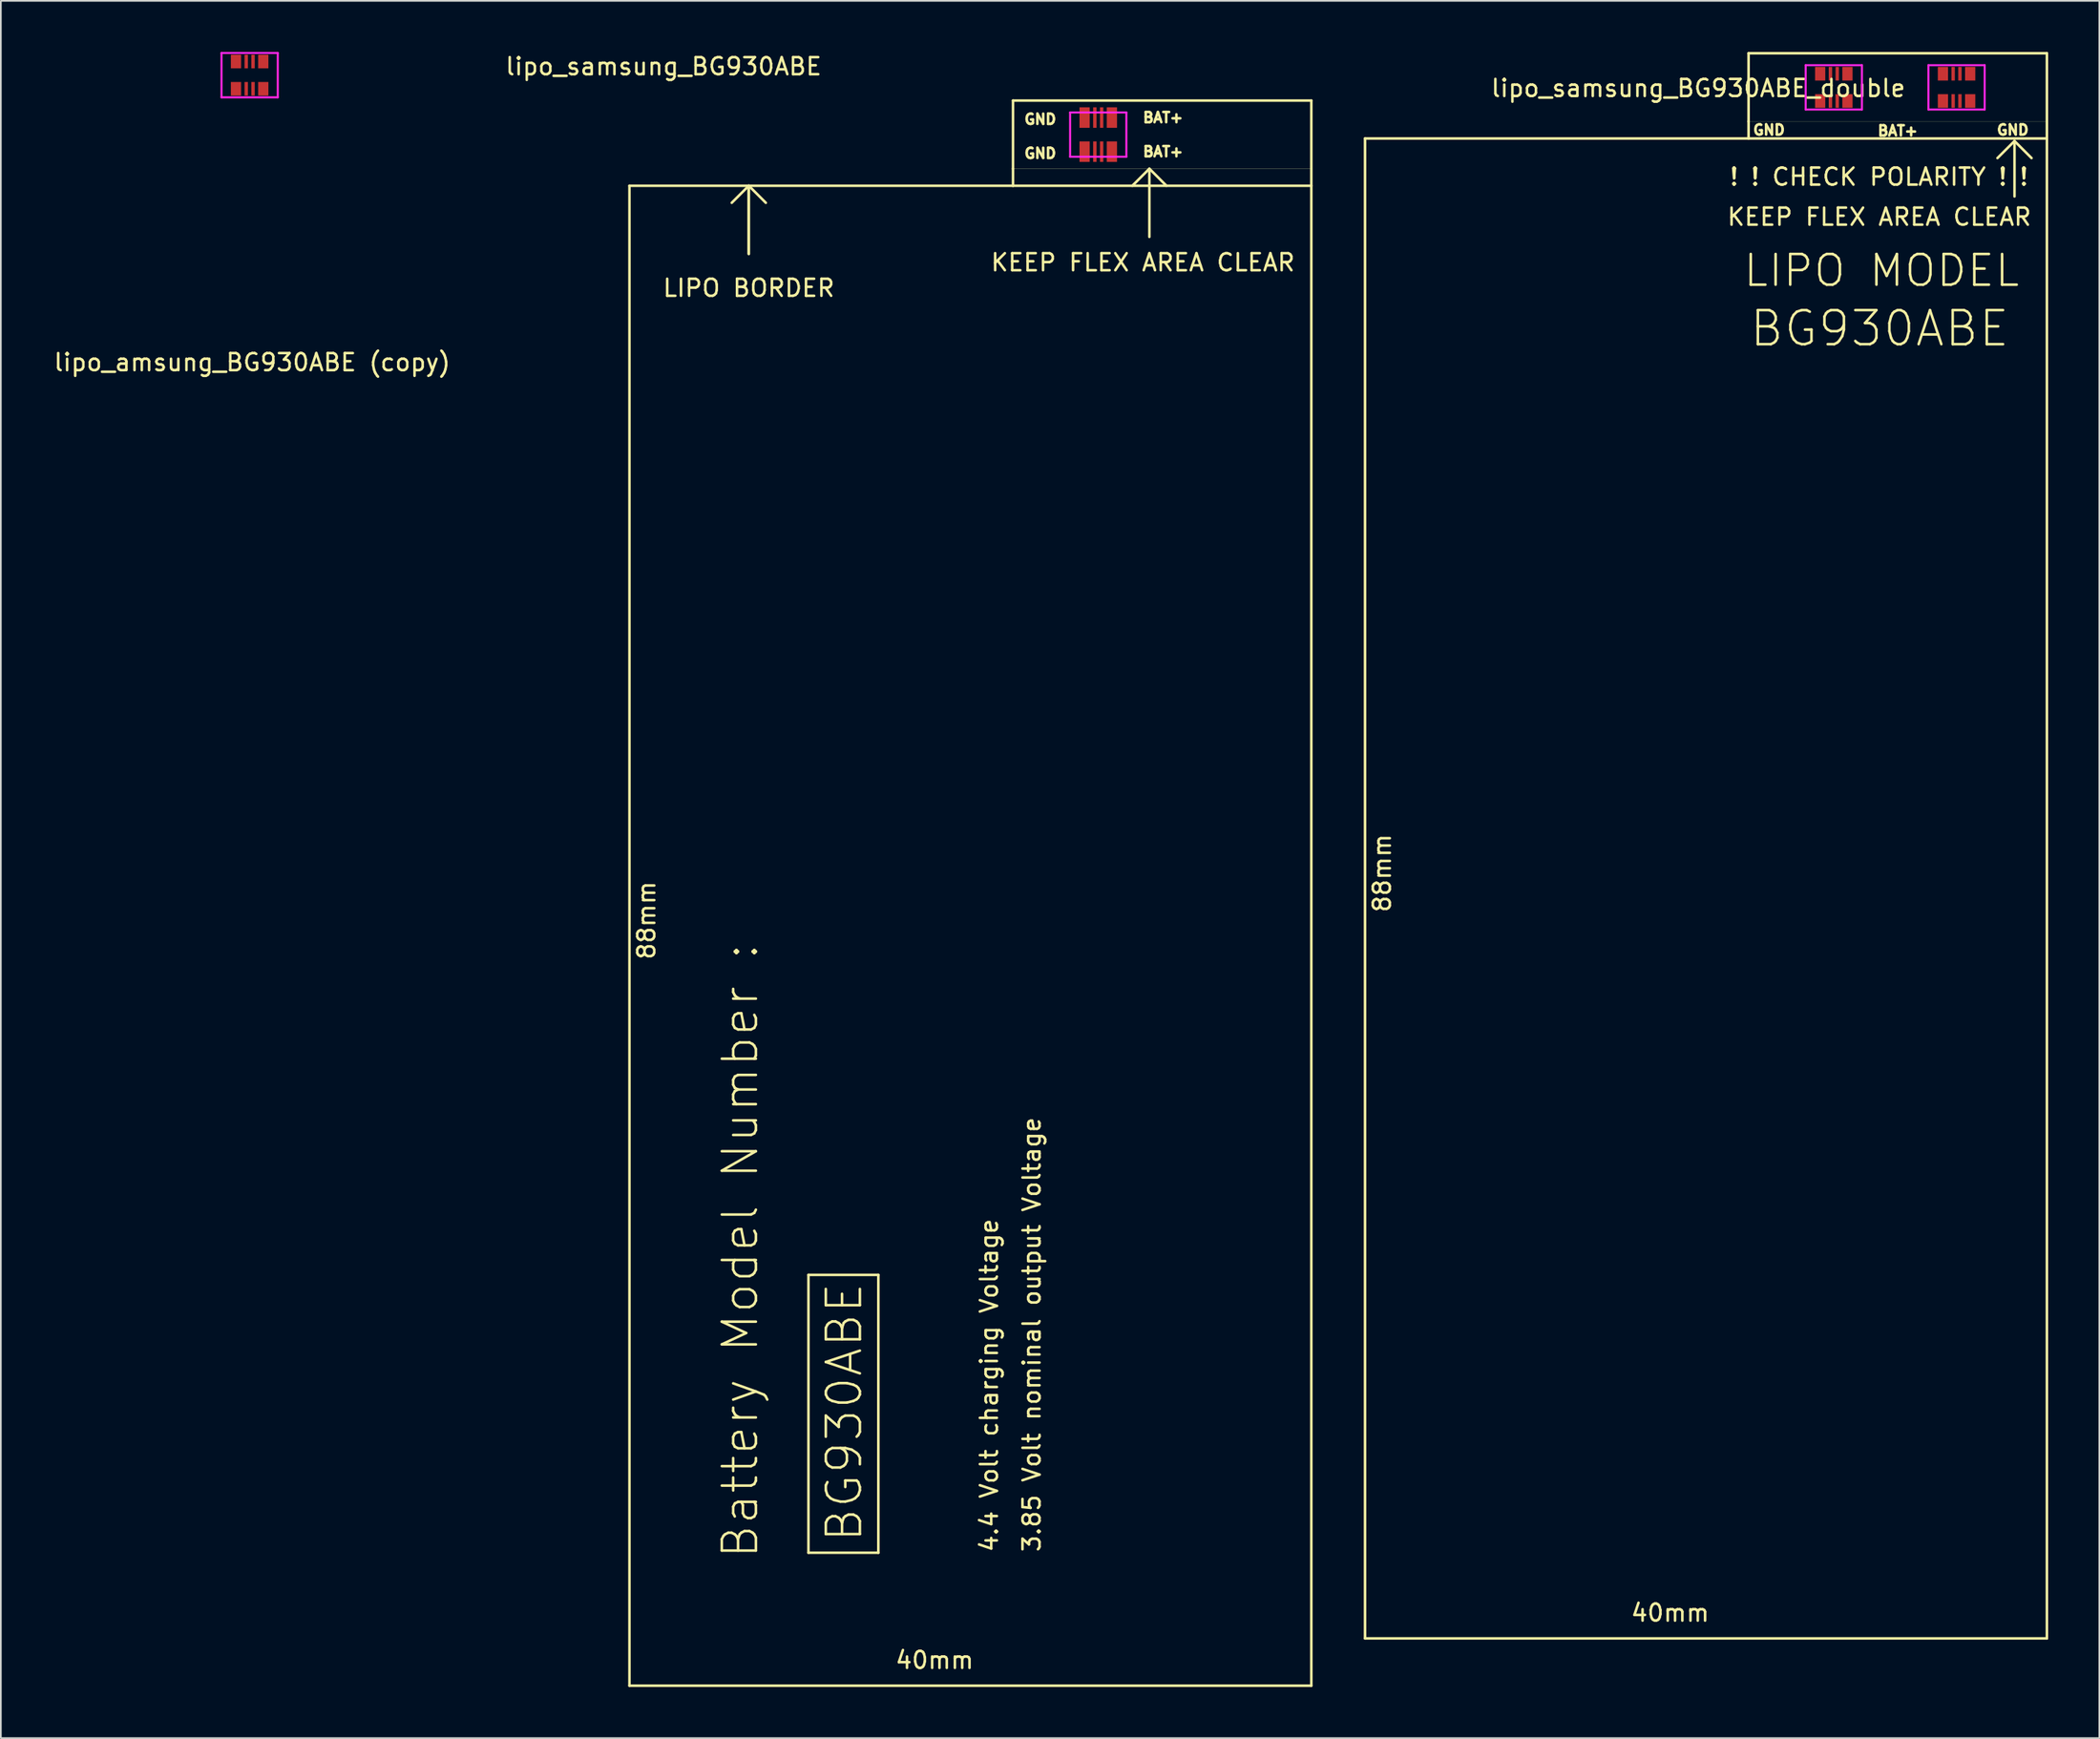
<source format=kicad_pcb>
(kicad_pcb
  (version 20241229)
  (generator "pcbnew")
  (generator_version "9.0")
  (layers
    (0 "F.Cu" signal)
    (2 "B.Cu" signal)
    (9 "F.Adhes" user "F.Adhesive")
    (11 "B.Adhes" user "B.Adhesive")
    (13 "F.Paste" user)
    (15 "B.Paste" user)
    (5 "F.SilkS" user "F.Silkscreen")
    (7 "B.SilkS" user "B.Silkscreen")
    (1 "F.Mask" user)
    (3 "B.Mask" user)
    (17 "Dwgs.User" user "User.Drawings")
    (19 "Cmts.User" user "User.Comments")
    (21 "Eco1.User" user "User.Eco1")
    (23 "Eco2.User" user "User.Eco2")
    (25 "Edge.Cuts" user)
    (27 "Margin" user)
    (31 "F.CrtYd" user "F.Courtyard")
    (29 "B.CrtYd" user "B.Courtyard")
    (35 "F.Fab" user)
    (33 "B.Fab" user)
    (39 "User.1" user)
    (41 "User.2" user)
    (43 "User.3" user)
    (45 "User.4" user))
  (footprint "lipo_samsung_BG930ABE"
    (layer "F.Cu")
    (at 61.375 4.848)
    (property "Reference" "lipo_samsung_BG930ABE" (at -25.5 -4 0) (layer "F.SilkS") (effects (font (size 1 1) (thickness 0.15))))
    (attr through_hole)
    (fp_line (start -27.5 91) (end -27.5 3) (stroke (width 0.15) (type solid)) (layer "F.SilkS"))
    (fp_line (start -20.5 3) (end -21.5 4) (stroke (width 0.15) (type solid)) (layer "F.SilkS"))
    (fp_line (start -20.5 3) (end -20.5 7) (stroke (width 0.15) (type solid)) (layer "F.SilkS"))
    (fp_line (start -20.5 3) (end -19.5 4) (stroke (width 0.15) (type solid)) (layer "F.SilkS"))
    (fp_line (start -20.5 7) (end -20.5 3) (stroke (width 0.15) (type solid)) (layer "F.SilkS"))
    (fp_line (start -17 66.9) (end -12.9 66.9) (stroke (width 0.15) (type solid)) (layer "F.SilkS"))
    (fp_line (start -17 83.2) (end -17 66.9) (stroke (width 0.15) (type solid)) (layer "F.SilkS"))
    (fp_line (start -12.9 66.9) (end -12.9 83.2) (stroke (width 0.15) (type solid)) (layer "F.SilkS"))
    (fp_line (start -12.9 83.2) (end -17 83.2) (stroke (width 0.15) (type solid)) (layer "F.SilkS"))
    (fp_line (start -5 -2) (end -5 2) (stroke (width 0.15) (type solid)) (layer "F.SilkS"))
    (fp_line (start -5 2) (end -5 3) (stroke (width 0.15) (type solid)) (layer "F.SilkS"))
    (fp_line (start -5 2) (end 12.5 2) (stroke (width 0.01) (type solid)) (layer "F.SilkS"))
    (fp_line (start -5 3) (end -27.5 3) (stroke (width 0.15) (type solid)) (layer "F.SilkS"))
    (fp_line (start 2 3) (end 3 2) (stroke (width 0.15) (type solid)) (layer "F.SilkS"))
    (fp_line (start 3 2) (end 3 6) (stroke (width 0.15) (type solid)) (layer "F.SilkS"))
    (fp_line (start 3 2) (end 4 3) (stroke (width 0.15) (type solid)) (layer "F.SilkS"))
    (fp_line (start 12.5 -2) (end -5 -2) (stroke (width 0.15) (type solid)) (layer "F.SilkS"))
    (fp_line (start 12.5 -2) (end 12.5 91) (stroke (width 0.15) (type solid)) (layer "F.SilkS"))
    (fp_line (start 12.5 3) (end -5 3) (stroke (width 0.15) (type solid)) (layer "F.SilkS"))
    (fp_line (start 12.5 91) (end -27.5 91) (stroke (width 0.15) (type solid)) (layer "F.SilkS"))
    (fp_line (start -1.65 -1.3) (end 1.65 -1.3) (stroke (width 0.12) (type solid)) (layer "F.CrtYd"))
    (fp_line (start -1.65 1.3) (end -1.65 -1.3) (stroke (width 0.12) (type solid)) (layer "F.CrtYd"))
    (fp_line (start 1.65 -1.3) (end 1.65 1.3) (stroke (width 0.12) (type solid)) (layer "F.CrtYd"))
    (fp_line (start 1.65 1.3) (end -1.65 1.3) (stroke (width 0.12) (type solid)) (layer "F.CrtYd"))
    (fp_text user "BAT+" (at 3.8 1 0) (layer "F.SilkS") (effects (font (size 0.6 0.6) (thickness 0.15))))
    (fp_text user "LIPO BORDER" (at -20.5 9 0) (layer "F.SilkS") (effects (font (size 1 1) (thickness 0.15))))
    (fp_text user "4.4 Volt charging Voltage " (at -6.4 73 90) (layer "F.SilkS") (effects (font (size 1 1) (thickness 0.15))))
    (fp_text user "Battery Model Number :" (at -21 65.5 90) (layer "F.SilkS") (effects (font (size 2 2) (thickness 0.15))))
    (fp_text user "3.85 Volt nominal output Voltage" (at -3.9 70.4 90) (layer "F.SilkS") (effects (font (size 1 1) (thickness 0.15))))
    (fp_text user "88mm" (at -26.5 46.1 90) (layer "F.SilkS") (effects (font (size 1 1) (thickness 0.15))))
    (fp_text user "GND" (at -3.4 1.1 0) (layer "F.SilkS") (effects (font (size 0.6 0.6) (thickness 0.15))))
    (fp_text user "GND" (at -3.4 -0.9 0) (layer "F.SilkS") (effects (font (size 0.6 0.6) (thickness 0.15))))
    (fp_text user "BG930ABE " (at -14.9 74.2 90) (layer "F.SilkS") (effects (font (size 2 2) (thickness 0.15))))
    (fp_text user "40mm" (at -9.6 89.5 0) (layer "F.SilkS") (effects (font (size 1 1) (thickness 0.15))))
    (fp_text user "BAT+" (at 3.8 -1 0) (layer "F.SilkS") (effects (font (size 0.6 0.6) (thickness 0.15))))
    (fp_text user "KEEP FLEX AREA CLEAR " (at 3 7.5 0) (layer "F.SilkS") (effects (font (size 1 1) (thickness 0.15))))
    (pad "1" smd rect (at 0.2 1) (size 0.2 1.2) (layers "F.Cu" "F.Mask" "F.Paste"))
    (pad "2" smd rect (at -0.2 1) (size 0.2 1.2) (layers "F.Cu" "F.Mask" "F.Paste"))
    (pad "3" smd rect (at -0.2 -1) (size 0.2 1.2) (layers "F.Cu" "F.Mask" "F.Paste"))
    (pad "4" smd rect (at 0.2 -1) (size 0.2 1.2) (layers "F.Cu" "F.Mask" "F.Paste"))
    (pad "5" smd rect (at -0.8 -1) (size 0.6 1.2) (layers "F.Cu" "F.Mask" "F.Paste"))
    (pad "6" smd rect (at -0.8 1) (size 0.6 1.2) (layers "F.Cu" "F.Mask" "F.Paste"))
    (pad "7" smd rect (at 0.8 1) (size 0.6 1.2) (layers "F.Cu" "F.Mask" "F.Paste"))
    (pad "8" smd rect (at 0.8 -1) (size 0.6 1.2) (layers "F.Cu" "F.Mask" "F.Paste")))
  (footprint "lipo_amsung_BG930ABE (copy)"
    (layer "F.Cu")
    (at 11.594 1.36)
    (property "Reference" "lipo_amsung_BG930ABE (copy)" (at 0.15 16.85 0) (layer "F.SilkS") (effects (font (size 1 1) (thickness 0.15))))
    (attr through_hole)
    (fp_line (start -1.65 -1.3) (end 1.65 -1.3) (stroke (width 0.12) (type solid)) (layer "F.CrtYd"))
    (fp_line (start -1.65 1.3) (end -1.65 -1.3) (stroke (width 0.12) (type solid)) (layer "F.CrtYd"))
    (fp_line (start 1.65 -1.3) (end 1.65 1.3) (stroke (width 0.12) (type solid)) (layer "F.CrtYd"))
    (fp_line (start 1.65 1.3) (end -1.65 1.3) (stroke (width 0.12) (type solid)) (layer "F.CrtYd"))
    (pad "1" smd rect (at 0.2 0.8) (size 0.2 0.8) (layers "F.Cu" "F.Mask" "F.Paste"))
    (pad "2" smd rect (at -0.2 0.8) (size 0.2 0.8) (layers "F.Cu" "F.Mask" "F.Paste"))
    (pad "3" smd rect (at -0.2 -0.8) (size 0.2 0.8) (layers "F.Cu" "F.Mask" "F.Paste"))
    (pad "4" smd rect (at 0.2 -0.8) (size 0.2 0.8) (layers "F.Cu" "F.Mask" "F.Paste"))
    (pad "5" smd rect (at -0.8 -0.8) (size 0.6 0.8) (layers "F.Cu" "F.Mask" "F.Paste"))
    (pad "6" smd rect (at -0.8 0.8) (size 0.6 0.8) (layers "F.Cu" "F.Mask" "F.Paste"))
    (pad "7" smd rect (at 0.8 0.8) (size 0.6 0.8) (layers "F.Cu" "F.Mask" "F.Paste"))
    (pad "8" smd rect (at 0.8 -0.8) (size 0.6 0.8) (layers "F.Cu" "F.Mask" "F.Paste")))
  (footprint "lipo_samsung_BG930ABE_double"
    (layer "F.Cu")
    (at 104.525 2.075)
    (property "Reference" "lipo_samsung_BG930ABE_double" (at -7.95 0.05 0) (layer "F.SilkS") (effects (font (size 1 1) (thickness 0.15))))
    (attr through_hole)
    (fp_line (start -27.5 91) (end -27.5 3) (stroke (width 0.15) (type solid)) (layer "F.SilkS"))
    (fp_line (start -5 -2) (end -5 2) (stroke (width 0.15) (type solid)) (layer "F.SilkS"))
    (fp_line (start -5 2) (end -5 3) (stroke (width 0.15) (type solid)) (layer "F.SilkS"))
    (fp_line (start -5 2) (end 12.5 2) (stroke (width 0.01) (type solid)) (layer "F.SilkS"))
    (fp_line (start -5 3) (end -27.5 3) (stroke (width 0.15) (type solid)) (layer "F.SilkS"))
    (fp_line (start 9.6 4.15) (end 10.6 3.15) (stroke (width 0.15) (type solid)) (layer "F.SilkS"))
    (fp_line (start 10.6 3.15) (end 11.6 4.15) (stroke (width 0.15) (type solid)) (layer "F.SilkS"))
    (fp_line (start 10.6 3.2) (end 10.6 6.4) (stroke (width 0.15) (type solid)) (layer "F.SilkS"))
    (fp_line (start 12.5 -2) (end -5 -2) (stroke (width 0.15) (type solid)) (layer "F.SilkS"))
    (fp_line (start 12.5 -2) (end 12.5 91) (stroke (width 0.15) (type solid)) (layer "F.SilkS"))
    (fp_line (start 12.5 3) (end -5 3) (stroke (width 0.15) (type solid)) (layer "F.SilkS"))
    (fp_line (start 12.5 91) (end -27.5 91) (stroke (width 0.15) (type solid)) (layer "F.SilkS"))
    (fp_line (start -1.65 -1.3) (end 1.65 -1.3) (stroke (width 0.12) (type solid)) (layer "F.CrtYd"))
    (fp_line (start -1.65 1.3) (end -1.65 -1.3) (stroke (width 0.12) (type solid)) (layer "F.CrtYd"))
    (fp_line (start 1.65 -1.3) (end 1.65 1.3) (stroke (width 0.12) (type solid)) (layer "F.CrtYd"))
    (fp_line (start 1.65 1.3) (end -1.65 1.3) (stroke (width 0.12) (type solid)) (layer "F.CrtYd"))
    (fp_line (start 5.55 -1.3) (end 8.85 -1.3) (stroke (width 0.12) (type solid)) (layer "F.CrtYd"))
    (fp_line (start 5.55 1.3) (end 5.55 -1.3) (stroke (width 0.12) (type solid)) (layer "F.CrtYd"))
    (fp_line (start 8.85 -1.3) (end 8.85 1.3) (stroke (width 0.12) (type solid)) (layer "F.CrtYd"))
    (fp_line (start 8.85 1.3) (end 5.55 1.3) (stroke (width 0.12) (type solid)) (layer "F.CrtYd"))
    (fp_text user "40mm" (at -9.6 89.5 0) (layer "F.SilkS") (effects (font (size 1 1) (thickness 0.15))))
    (fp_text user "LIPO MODEL" (at 2.8 10.75 0) (layer "F.SilkS") (effects (font (size 1.8 1.8) (thickness 0.15))))
    (fp_text user "! ! CHECK POLARITY ! !" (at 2.65 5.25 0) (layer "F.SilkS") (effects (font (size 1 1) (thickness 0.15))))
    (fp_text user "BAT+" (at 3.75 2.55 0) (layer "F.SilkS") (effects (font (size 0.6 0.6) (thickness 0.15))))
    (fp_text user "GND" (at 10.5 2.5 0) (layer "F.SilkS") (effects (font (size 0.6 0.6) (thickness 0.15))))
    (fp_text user "KEEP FLEX AREA CLEAR " (at 3.05 7.6 0) (layer "F.SilkS") (effects (font (size 1 1) (thickness 0.15))))
    (fp_text user "BG930ABE " (at 3.45 14.15 0) (layer "F.SilkS") (effects (font (size 2 2) (thickness 0.15))))
    (fp_text user "GND" (at -3.8 2.5 0) (layer "F.SilkS") (effects (font (size 0.6 0.6) (thickness 0.15))))
    (fp_text user "88mm" (at -26.5 46.1 90) (layer "F.SilkS") (effects (font (size 1 1) (thickness 0.15))))
    (pad "1" smd rect (at 0.2 0.8) (size 0.2 0.8) (layers "F.Cu" "F.Mask" "F.Paste"))
    (pad "1" smd rect (at 7 -0.8 180) (size 0.2 0.8) (layers "F.Cu" "F.Mask" "F.Paste"))
    (pad "2" smd rect (at -0.2 0.8) (size 0.2 0.8) (layers "F.Cu" "F.Mask" "F.Paste"))
    (pad "2" smd rect (at 7.4 -0.8 180) (size 0.2 0.8) (layers "F.Cu" "F.Mask" "F.Paste"))
    (pad "3" smd rect (at -0.2 -0.8) (size 0.2 0.8) (layers "F.Cu" "F.Mask" "F.Paste"))
    (pad "3" smd rect (at 7.4 0.8 180) (size 0.2 0.8) (layers "F.Cu" "F.Mask" "F.Paste"))
    (pad "4" smd rect (at 0.2 -0.8) (size 0.2 0.8) (layers "F.Cu" "F.Mask" "F.Paste"))
    (pad "4" smd rect (at 7 0.8 180) (size 0.2 0.8) (layers "F.Cu" "F.Mask" "F.Paste"))
    (pad "5" smd rect (at -0.8 -0.8) (size 0.6 0.8) (layers "F.Cu" "F.Mask" "F.Paste"))
    (pad "5" smd rect (at 8 0.8 180) (size 0.6 0.8) (layers "F.Cu" "F.Mask" "F.Paste"))
    (pad "6" smd rect (at -0.8 0.8) (size 0.6 0.8) (layers "F.Cu" "F.Mask" "F.Paste"))
    (pad "6" smd rect (at 8 -0.8 180) (size 0.6 0.8) (layers "F.Cu" "F.Mask" "F.Paste"))
    (pad "7" smd rect (at 0.8 0.8) (size 0.6 0.8) (layers "F.Cu" "F.Mask" "F.Paste"))
    (pad "7" smd rect (at 6.4 -0.8 180) (size 0.6 0.8) (layers "F.Cu" "F.Mask" "F.Paste"))
    (pad "8" smd rect (at 0.8 -0.8) (size 0.6 0.8) (layers "F.Cu" "F.Mask" "F.Paste"))
    (pad "8" smd rect (at 6.4 0.8 180) (size 0.6 0.8) (layers "F.Cu" "F.Mask" "F.Paste")))
  (gr_rect
    (start -3 -3)
    (end 120.1 98.923)
    (stroke (width 0.1) (type default))
    (fill no)
    (layer "Edge.Cuts")))
</source>
